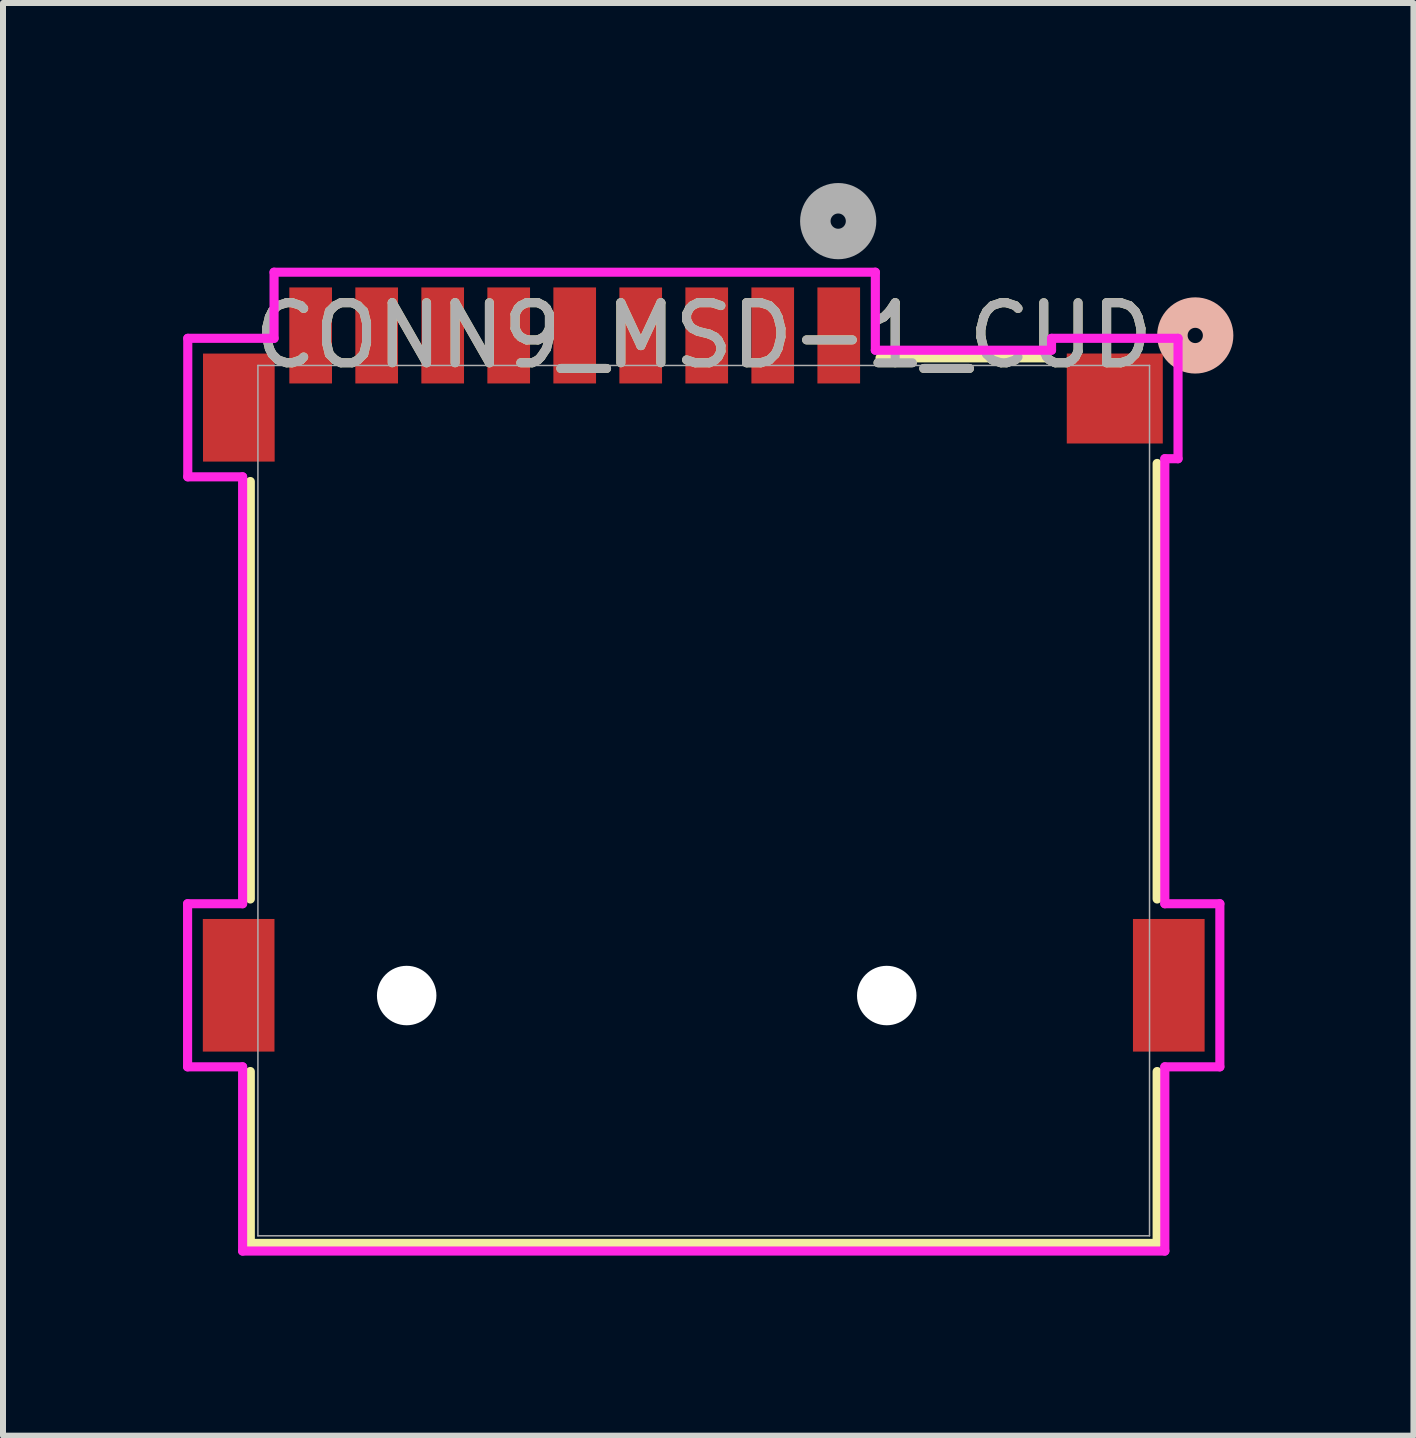
<source format=kicad_pcb>
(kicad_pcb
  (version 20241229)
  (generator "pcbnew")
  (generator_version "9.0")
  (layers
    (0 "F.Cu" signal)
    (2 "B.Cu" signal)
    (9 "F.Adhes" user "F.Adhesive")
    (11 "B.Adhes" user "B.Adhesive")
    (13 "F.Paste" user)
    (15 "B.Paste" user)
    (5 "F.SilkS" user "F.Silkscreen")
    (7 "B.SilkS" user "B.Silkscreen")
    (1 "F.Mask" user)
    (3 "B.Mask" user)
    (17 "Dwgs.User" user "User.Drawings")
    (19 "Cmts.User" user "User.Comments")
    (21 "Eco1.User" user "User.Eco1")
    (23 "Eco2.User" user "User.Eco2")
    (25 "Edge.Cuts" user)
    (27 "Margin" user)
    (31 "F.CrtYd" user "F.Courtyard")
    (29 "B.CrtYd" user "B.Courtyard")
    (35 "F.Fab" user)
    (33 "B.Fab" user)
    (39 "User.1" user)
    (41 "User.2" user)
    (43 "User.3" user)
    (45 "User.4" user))
  (footprint "CONN9_MSD-1_CUD"
    (layer "F.Cu")
    (at 8.677 10.292)
    (property "Reference" "CONN9_MSD-1_CUD" (at 0 -7.752 0) (unlocked yes) (layer "F.SilkS") (effects (font (size 1 1) (thickness 0.15))))
    (attr smd)
    (fp_line (start -7.556 1.639) (end -7.556 -5.318) (stroke (width 0.152) (type solid)) (layer "F.SilkS"))
    (fp_line (start -7.556 7.379) (end -7.556 4.514) (stroke (width 0.152) (type solid)) (layer "F.SilkS"))
    (fp_line (start 2.938 -7.379) (end 5.717 -7.379) (stroke (width 0.152) (type solid)) (layer "F.SilkS"))
    (fp_line (start 7.556 -5.619) (end 7.556 1.639) (stroke (width 0.152) (type solid)) (layer "F.SilkS"))
    (fp_line (start 7.556 4.514) (end 7.556 7.379) (stroke (width 0.152) (type solid)) (layer "F.SilkS"))
    (fp_line (start 7.556 7.379) (end -7.556 7.379) (stroke (width 0.152) (type solid)) (layer "F.SilkS"))
    (fp_circle (center 8.191 -7.752) (end 8.572 -7.752) (stroke (width 0.508) (type solid)) (fill no) (layer "B.SilkS"))
    (fp_line (start -8.601 1.718) (end -8.601 4.436) (stroke (width 0.152) (type solid)) (layer "F.CrtYd"))
    (fp_line (start -8.601 4.436) (end -7.684 4.436) (stroke (width 0.152) (type solid)) (layer "F.CrtYd"))
    (fp_line (start -8.598 -7.704) (end -8.598 -5.396) (stroke (width 0.152) (type solid)) (layer "F.CrtYd"))
    (fp_line (start -8.598 -5.396) (end -7.684 -5.396) (stroke (width 0.152) (type solid)) (layer "F.CrtYd"))
    (fp_line (start -7.684 -5.396) (end -7.684 1.718) (stroke (width 0.152) (type solid)) (layer "F.CrtYd"))
    (fp_line (start -7.684 1.718) (end -8.601 1.718) (stroke (width 0.152) (type solid)) (layer "F.CrtYd"))
    (fp_line (start -7.684 4.436) (end -7.684 7.506) (stroke (width 0.152) (type solid)) (layer "F.CrtYd"))
    (fp_line (start -7.684 7.506) (end 7.684 7.506) (stroke (width 0.152) (type solid)) (layer "F.CrtYd"))
    (fp_line (start -7.16 -8.806) (end -7.16 -7.704) (stroke (width 0.152) (type solid)) (layer "F.CrtYd"))
    (fp_line (start -7.16 -7.704) (end -8.598 -7.704) (stroke (width 0.152) (type solid)) (layer "F.CrtYd"))
    (fp_line (start 2.86 -8.806) (end -7.16 -8.806) (stroke (width 0.152) (type solid)) (layer "F.CrtYd"))
    (fp_line (start 2.86 -7.506) (end 2.86 -8.806) (stroke (width 0.152) (type solid)) (layer "F.CrtYd"))
    (fp_line (start 5.796 -7.704) (end 5.796 -7.506) (stroke (width 0.152) (type solid)) (layer "F.CrtYd"))
    (fp_line (start 5.796 -7.506) (end 2.86 -7.506) (stroke (width 0.152) (type solid)) (layer "F.CrtYd"))
    (fp_line (start 7.684 -5.698) (end 7.904 -5.698) (stroke (width 0.152) (type solid)) (layer "F.CrtYd"))
    (fp_line (start 7.684 1.718) (end 7.684 -5.698) (stroke (width 0.152) (type solid)) (layer "F.CrtYd"))
    (fp_line (start 7.684 4.436) (end 8.601 4.436) (stroke (width 0.152) (type solid)) (layer "F.CrtYd"))
    (fp_line (start 7.684 7.506) (end 7.684 4.436) (stroke (width 0.152) (type solid)) (layer "F.CrtYd"))
    (fp_line (start 7.904 -7.704) (end 5.796 -7.704) (stroke (width 0.152) (type solid)) (layer "F.CrtYd"))
    (fp_line (start 7.904 -5.698) (end 7.904 -7.704) (stroke (width 0.152) (type solid)) (layer "F.CrtYd"))
    (fp_line (start 8.601 1.718) (end 7.684 1.718) (stroke (width 0.152) (type solid)) (layer "F.CrtYd"))
    (fp_line (start 8.601 4.436) (end 8.601 1.718) (stroke (width 0.152) (type solid)) (layer "F.CrtYd"))
    (fp_line (start -7.429 -7.252) (end -7.429 7.252) (stroke (width 0.025) (type solid)) (layer "F.Fab"))
    (fp_line (start -7.429 7.252) (end 7.429 7.252) (stroke (width 0.025) (type solid)) (layer "F.Fab"))
    (fp_line (start 7.429 -7.252) (end -7.429 -7.252) (stroke (width 0.025) (type solid)) (layer "F.Fab"))
    (fp_line (start 7.429 7.252) (end 7.429 -7.252) (stroke (width 0.025) (type solid)) (layer "F.Fab"))
    (fp_circle (center 2.241 -9.657) (end 2.622 -9.657) (stroke (width 0.508) (type solid)) (fill no) (layer "F.Fab"))
    (fp_text user "${REFERENCE}" (at 0 -7.752 0) (unlocked yes) (layer "F.Fab") (effects (font (size 1 1) (thickness 0.15))))
    (pad "" np_thru_hole circle (at -4.95 3.248) (size 0.991 0.991) (drill 0.991) (layers "*.Cu" "*.Mask"))
    (pad "" np_thru_hole circle (at 3.05 3.248) (size 0.991 0.991) (drill 0.991) (layers "*.Cu" "*.Mask"))
    (pad "1" smd rect (at 2.25 -7.752) (size 0.711 1.6) (layers "F.Cu" "F.Mask" "F.Paste"))
    (pad "2" smd rect (at 1.15 -7.752) (size 0.711 1.6) (layers "F.Cu" "F.Mask" "F.Paste"))
    (pad "3" smd rect (at 0.05 -7.752) (size 0.711 1.6) (layers "F.Cu" "F.Mask" "F.Paste"))
    (pad "4" smd rect (at -1.05 -7.752) (size 0.711 1.6) (layers "F.Cu" "F.Mask" "F.Paste"))
    (pad "5" smd rect (at -2.15 -7.752) (size 0.711 1.6) (layers "F.Cu" "F.Mask" "F.Paste"))
    (pad "6" smd rect (at -3.25 -7.752) (size 0.711 1.6) (layers "F.Cu" "F.Mask" "F.Paste"))
    (pad "7" smd rect (at -4.35 -7.752) (size 0.711 1.6) (layers "F.Cu" "F.Mask" "F.Paste"))
    (pad "8" smd rect (at -5.45 -7.752) (size 0.711 1.6) (layers "F.Cu" "F.Mask" "F.Paste"))
    (pad "9" smd rect (at -6.55 -7.752) (size 0.711 1.6) (layers "F.Cu" "F.Mask" "F.Paste"))
    (pad "10" smd rect (at -7.75 3.077) (size 1.194 2.21) (layers "F.Cu" "F.Mask" "F.Paste"))
    (pad "10" smd rect (at -7.747 -6.55) (size 1.194 1.8) (layers "F.Cu" "F.Mask" "F.Paste"))
    (pad "10" smd rect (at 6.85 -6.701) (size 1.6 1.499) (layers "F.Cu" "F.Mask" "F.Paste"))
    (pad "10" smd rect (at 7.75 3.077) (size 1.194 2.21) (layers "F.Cu" "F.Mask" "F.Paste")))
  (gr_rect
    (start -3 -3)
    (end 20.504 20.874)
    (stroke (width 0.1) (type default))
    (fill no)
    (layer "Edge.Cuts")))
</source>
